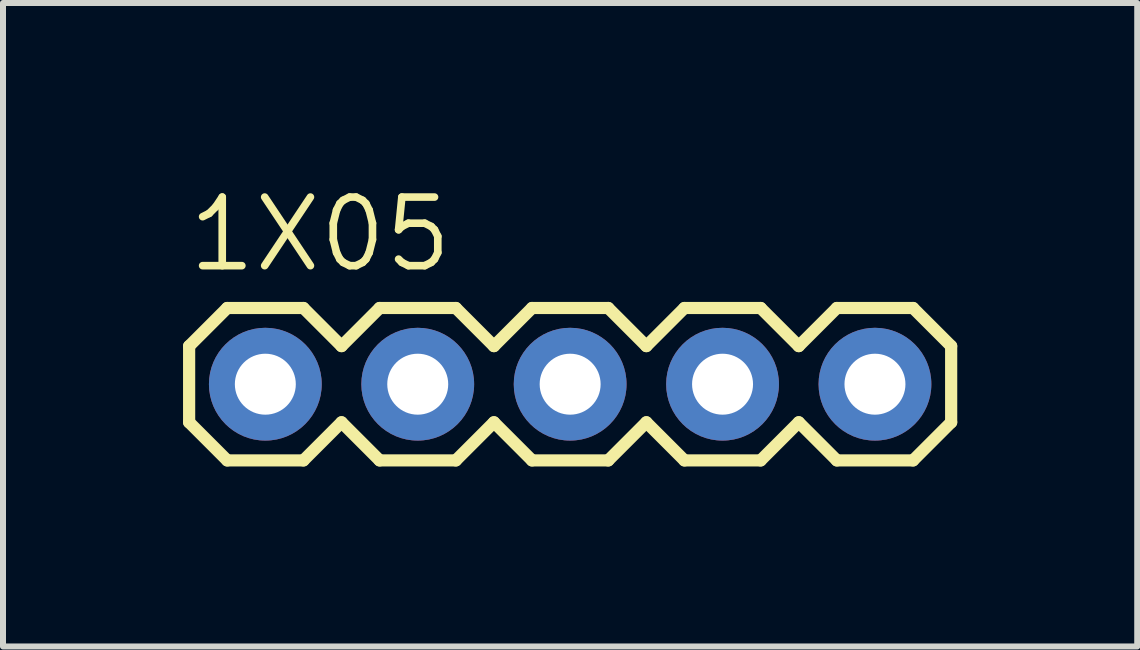
<source format=kicad_pcb>
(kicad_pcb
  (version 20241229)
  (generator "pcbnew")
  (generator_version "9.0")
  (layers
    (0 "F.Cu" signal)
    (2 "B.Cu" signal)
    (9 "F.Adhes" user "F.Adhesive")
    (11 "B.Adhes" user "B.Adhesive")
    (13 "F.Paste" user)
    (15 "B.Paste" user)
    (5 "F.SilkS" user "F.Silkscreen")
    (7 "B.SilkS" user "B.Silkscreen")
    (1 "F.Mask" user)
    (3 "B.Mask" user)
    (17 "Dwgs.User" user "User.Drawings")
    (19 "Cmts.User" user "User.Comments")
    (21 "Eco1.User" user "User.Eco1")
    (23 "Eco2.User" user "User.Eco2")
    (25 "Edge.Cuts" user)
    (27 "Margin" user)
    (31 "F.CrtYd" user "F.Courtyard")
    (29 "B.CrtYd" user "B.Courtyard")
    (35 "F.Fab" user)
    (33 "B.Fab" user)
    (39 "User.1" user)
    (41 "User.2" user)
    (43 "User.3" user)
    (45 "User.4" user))
  (footprint "1X05"
    (layer "F.Cu")
    (at 1.372 3.353)
    (property "Reference" "1X05" (at -1.346 -1.829 0) (unlocked yes) (layer "F.SilkS") (effects (font (size 1.143 1.143) (thickness 0.127)) (justify left bottom)))
    (fp_line (start -1.27 -0.635) (end -1.27 0.635) (stroke (width 0.203) (type solid)) (layer "F.SilkS"))
    (fp_line (start -1.27 0.635) (end -0.635 1.27) (stroke (width 0.203) (type solid)) (layer "F.SilkS"))
    (fp_line (start -0.635 -1.27) (end -1.27 -0.635) (stroke (width 0.203) (type solid)) (layer "F.SilkS"))
    (fp_line (start -0.635 -1.27) (end 0.635 -1.27) (stroke (width 0.203) (type solid)) (layer "F.SilkS"))
    (fp_line (start 0.635 -1.27) (end 1.27 -0.635) (stroke (width 0.203) (type solid)) (layer "F.SilkS"))
    (fp_line (start 0.635 1.27) (end -0.635 1.27) (stroke (width 0.203) (type solid)) (layer "F.SilkS"))
    (fp_line (start 1.27 -0.635) (end 1.905 -1.27) (stroke (width 0.203) (type solid)) (layer "F.SilkS"))
    (fp_line (start 1.27 0.635) (end 0.635 1.27) (stroke (width 0.203) (type solid)) (layer "F.SilkS"))
    (fp_line (start 1.905 -1.27) (end 3.175 -1.27) (stroke (width 0.203) (type solid)) (layer "F.SilkS"))
    (fp_line (start 1.905 1.27) (end 1.27 0.635) (stroke (width 0.203) (type solid)) (layer "F.SilkS"))
    (fp_line (start 3.175 -1.27) (end 3.81 -0.635) (stroke (width 0.203) (type solid)) (layer "F.SilkS"))
    (fp_line (start 3.175 1.27) (end 1.905 1.27) (stroke (width 0.203) (type solid)) (layer "F.SilkS"))
    (fp_line (start 3.81 -0.635) (end 4.445 -1.27) (stroke (width 0.203) (type solid)) (layer "F.SilkS"))
    (fp_line (start 3.81 0.635) (end 3.175 1.27) (stroke (width 0.203) (type solid)) (layer "F.SilkS"))
    (fp_line (start 4.445 -1.27) (end 5.715 -1.27) (stroke (width 0.203) (type solid)) (layer "F.SilkS"))
    (fp_line (start 4.445 1.27) (end 3.81 0.635) (stroke (width 0.203) (type solid)) (layer "F.SilkS"))
    (fp_line (start 5.715 -1.27) (end 6.35 -0.635) (stroke (width 0.203) (type solid)) (layer "F.SilkS"))
    (fp_line (start 5.715 1.27) (end 4.445 1.27) (stroke (width 0.203) (type solid)) (layer "F.SilkS"))
    (fp_line (start 6.35 0.635) (end 5.715 1.27) (stroke (width 0.203) (type solid)) (layer "F.SilkS"))
    (fp_line (start 6.35 0.635) (end 6.985 1.27) (stroke (width 0.203) (type solid)) (layer "F.SilkS"))
    (fp_line (start 6.985 -1.27) (end 6.35 -0.635) (stroke (width 0.203) (type solid)) (layer "F.SilkS"))
    (fp_line (start 6.985 -1.27) (end 8.255 -1.27) (stroke (width 0.203) (type solid)) (layer "F.SilkS"))
    (fp_line (start 8.255 -1.27) (end 8.89 -0.635) (stroke (width 0.203) (type solid)) (layer "F.SilkS"))
    (fp_line (start 8.255 1.27) (end 6.985 1.27) (stroke (width 0.203) (type solid)) (layer "F.SilkS"))
    (fp_line (start 8.89 -0.635) (end 9.525 -1.27) (stroke (width 0.203) (type solid)) (layer "F.SilkS"))
    (fp_line (start 8.89 0.635) (end 8.255 1.27) (stroke (width 0.203) (type solid)) (layer "F.SilkS"))
    (fp_line (start 9.525 -1.27) (end 10.795 -1.27) (stroke (width 0.203) (type solid)) (layer "F.SilkS"))
    (fp_line (start 9.525 1.27) (end 8.89 0.635) (stroke (width 0.203) (type solid)) (layer "F.SilkS"))
    (fp_line (start 10.795 -1.27) (end 11.43 -0.635) (stroke (width 0.203) (type solid)) (layer "F.SilkS"))
    (fp_line (start 10.795 1.27) (end 9.525 1.27) (stroke (width 0.203) (type solid)) (layer "F.SilkS"))
    (fp_line (start 11.43 -0.635) (end 11.43 0.635) (stroke (width 0.203) (type solid)) (layer "F.SilkS"))
    (fp_line (start 11.43 0.635) (end 10.795 1.27) (stroke (width 0.203) (type solid)) (layer "F.SilkS"))
    (fp_poly (pts (xy -0.254 0.254) (xy 0.254 0.254) (xy 0.254 -0.254) (xy -0.254 -0.254)) (stroke (width 0.1) (type default)) (fill no) (layer "F.Fab"))
    (fp_poly (pts (xy 2.286 0.254) (xy 2.794 0.254) (xy 2.794 -0.254) (xy 2.286 -0.254)) (stroke (width 0.1) (type default)) (fill no) (layer "F.Fab"))
    (fp_poly (pts (xy 4.826 0.254) (xy 5.334 0.254) (xy 5.334 -0.254) (xy 4.826 -0.254)) (stroke (width 0.1) (type default)) (fill no) (layer "F.Fab"))
    (fp_poly (pts (xy 7.366 0.254) (xy 7.874 0.254) (xy 7.874 -0.254) (xy 7.366 -0.254)) (stroke (width 0.1) (type default)) (fill no) (layer "F.Fab"))
    (fp_poly (pts (xy 9.906 0.254) (xy 10.414 0.254) (xy 10.414 -0.254) (xy 9.906 -0.254)) (stroke (width 0.1) (type default)) (fill no) (layer "F.Fab"))
    (pad "1" thru_hole circle (at 0 0 90) (size 1.88 1.88) (drill 1.016) (layers "*.Cu" "*.Mask"))
    (pad "2" thru_hole circle (at 2.54 0 90) (size 1.88 1.88) (drill 1.016) (layers "*.Cu" "*.Mask"))
    (pad "3" thru_hole circle (at 5.08 0 90) (size 1.88 1.88) (drill 1.016) (layers "*.Cu" "*.Mask"))
    (pad "4" thru_hole circle (at 7.62 0 90) (size 1.88 1.88) (drill 1.016) (layers "*.Cu" "*.Mask"))
    (pad "5" thru_hole circle (at 10.16 0 90) (size 1.88 1.88) (drill 1.016) (layers "*.Cu" "*.Mask")))
  (gr_rect
    (start -3 -3)
    (end 15.903 7.724)
    (stroke (width 0.1) (type default))
    (fill no)
    (layer "Edge.Cuts")))
</source>
